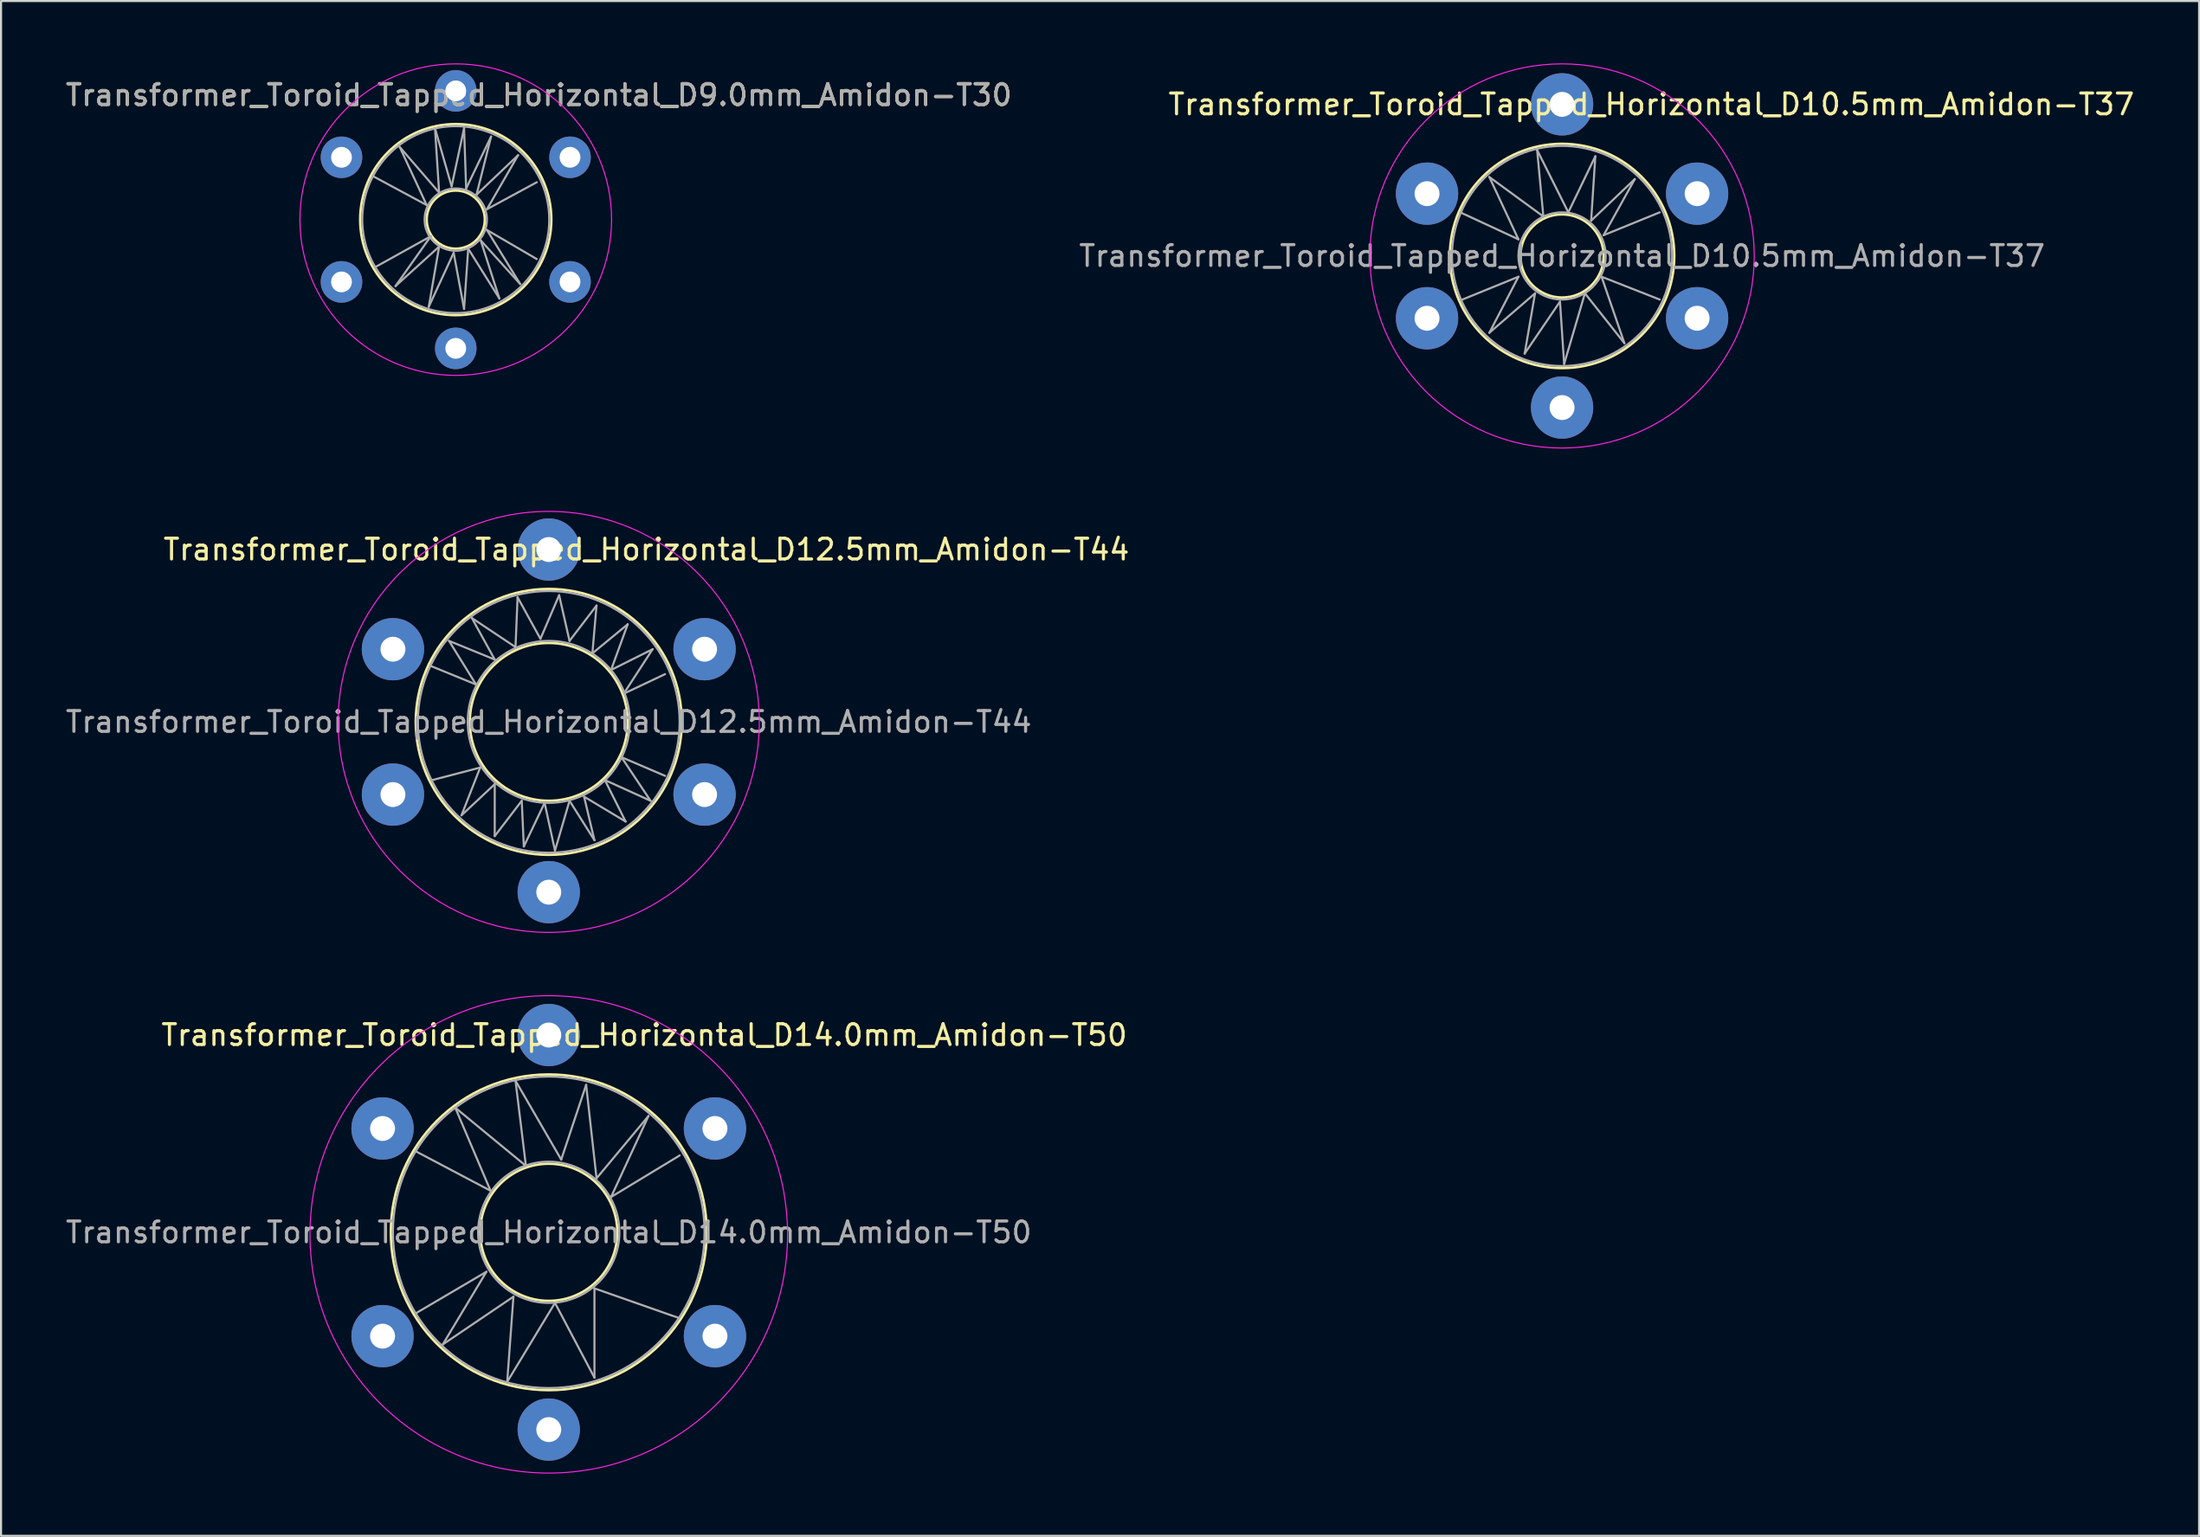
<source format=kicad_pcb>
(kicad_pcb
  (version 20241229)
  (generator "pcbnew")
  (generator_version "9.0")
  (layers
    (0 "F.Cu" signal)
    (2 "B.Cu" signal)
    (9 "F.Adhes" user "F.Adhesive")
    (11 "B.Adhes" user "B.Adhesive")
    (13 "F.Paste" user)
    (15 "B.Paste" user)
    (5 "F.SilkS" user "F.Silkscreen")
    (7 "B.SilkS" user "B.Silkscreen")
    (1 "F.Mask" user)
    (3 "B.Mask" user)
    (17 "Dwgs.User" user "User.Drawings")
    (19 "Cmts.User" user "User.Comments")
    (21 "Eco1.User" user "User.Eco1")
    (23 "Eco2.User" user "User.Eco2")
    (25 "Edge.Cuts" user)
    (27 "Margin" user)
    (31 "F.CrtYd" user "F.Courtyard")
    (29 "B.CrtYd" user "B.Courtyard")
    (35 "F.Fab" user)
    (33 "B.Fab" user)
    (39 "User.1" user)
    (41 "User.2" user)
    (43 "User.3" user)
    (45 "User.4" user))
  (footprint "Transformer_Toroid_Tapped_Horizontal_D9.0mm_Amidon-T30"
    (layer "F.Cu")
    (at 13.387 10.525)
    (property "Reference" "Transformer_Toroid_Tapped_Horizontal_D9.0mm_Amidon-T30" (at 9.5 -9 0) (layer "F.SilkS") (effects (font (size 1 1) (thickness 0.15))))
    (attr through_hole)
    (fp_circle (center 5.5 -3) (end 5.5 -7.6) (stroke (width 0.12) (type solid)) (fill no) (layer "F.SilkS"))
    (fp_circle (center 5.5 -3) (end 5.5 -4.4) (stroke (width 0.12) (type solid)) (fill no) (layer "F.SilkS"))
    (fp_circle (center 5.5 -3) (end 5.5 4.5) (stroke (width 0.05) (type solid)) (fill no) (layer "F.CrtYd"))
    (fp_line (start 1.5 -5.1) (end 4.1 -3.7) (stroke (width 0.1) (type solid)) (layer "F.Fab"))
    (fp_line (start 1.6 -0.7) (end 4.3 -2.2) (stroke (width 0.1) (type solid)) (layer "F.Fab"))
    (fp_line (start 2.6 0.2) (end 4.7 -1.7) (stroke (width 0.1) (type solid)) (layer "F.Fab"))
    (fp_line (start 2.8 -6.5) (end 4.7 -4.3) (stroke (width 0.1) (type solid)) (layer "F.Fab"))
    (fp_line (start 4.1 -3.7) (end 2.8 -6.5) (stroke (width 0.1) (type solid)) (layer "F.Fab"))
    (fp_line (start 4.2 1.2) (end 5.4 -1.4) (stroke (width 0.1) (type solid)) (layer "F.Fab"))
    (fp_line (start 4.3 -2.2) (end 2.6 0.2) (stroke (width 0.1) (type solid)) (layer "F.Fab"))
    (fp_line (start 4.5 -7.4) (end 5.3 -4.6) (stroke (width 0.1) (type solid)) (layer "F.Fab"))
    (fp_line (start 4.7 -4.3) (end 4.5 -7.4) (stroke (width 0.1) (type solid)) (layer "F.Fab"))
    (fp_line (start 4.7 -1.7) (end 4.2 1.2) (stroke (width 0.1) (type solid)) (layer "F.Fab"))
    (fp_line (start 5.3 -4.6) (end 5.9 -7.4) (stroke (width 0.1) (type solid)) (layer "F.Fab"))
    (fp_line (start 5.4 -1.4) (end 5.9 1.3) (stroke (width 0.1) (type solid)) (layer "F.Fab"))
    (fp_line (start 5.9 -7.4) (end 6 -4.5) (stroke (width 0.1) (type solid)) (layer "F.Fab"))
    (fp_line (start 5.9 1.3) (end 6.1 -1.6) (stroke (width 0.1) (type solid)) (layer "F.Fab"))
    (fp_line (start 6 -4.5) (end 7.2 -7) (stroke (width 0.1) (type solid)) (layer "F.Fab"))
    (fp_line (start 6.1 -1.6) (end 7.6 0.8) (stroke (width 0.1) (type solid)) (layer "F.Fab"))
    (fp_line (start 6.5 -4.2) (end 8.5 -6.1) (stroke (width 0.1) (type solid)) (layer "F.Fab"))
    (fp_line (start 6.7 -2) (end 8.6 0.1) (stroke (width 0.1) (type solid)) (layer "F.Fab"))
    (fp_line (start 7 -3.5) (end 9.4 -4.8) (stroke (width 0.1) (type solid)) (layer "F.Fab"))
    (fp_line (start 7 -2.5) (end 9.4 -1.1) (stroke (width 0.1) (type solid)) (layer "F.Fab"))
    (fp_line (start 7.2 -7) (end 6.5 -4.2) (stroke (width 0.1) (type solid)) (layer "F.Fab"))
    (fp_line (start 7.6 0.8) (end 6.7 -2) (stroke (width 0.1) (type solid)) (layer "F.Fab"))
    (fp_line (start 8.5 -6.1) (end 7 -3.5) (stroke (width 0.1) (type solid)) (layer "F.Fab"))
    (fp_line (start 8.6 0.1) (end 7 -2.5) (stroke (width 0.1) (type solid)) (layer "F.Fab"))
    (fp_circle (center 5.5 -3) (end 7 -3) (stroke (width 0.1) (type solid)) (fill no) (layer "F.Fab"))
    (fp_circle (center 5.5 -3) (end 10 -3) (stroke (width 0.1) (type solid)) (fill no) (layer "F.Fab"))
    (fp_text user "${REFERENCE}" (at 9.5 -9 0) (layer "F.Fab") (effects (font (size 1 1) (thickness 0.15))))
    (pad "1" thru_hole circle (at 0 0) (size 2 2) (drill 1) (layers "*.Cu" "*.Mask"))
    (pad "2" thru_hole circle (at 5.5 3.2) (size 2 2) (drill 1) (layers "*.Cu" "*.Mask"))
    (pad "3" thru_hole circle (at 11 0) (size 2 2) (drill 1) (layers "*.Cu" "*.Mask"))
    (pad "4" thru_hole circle (at 0 -6) (size 2 2) (drill 1) (layers "*.Cu" "*.Mask"))
    (pad "5" thru_hole circle (at 5.5 -9.2) (size 2 2) (drill 1) (layers "*.Cu" "*.Mask"))
    (pad "6" thru_hole circle (at 11 -6) (size 2 2) (drill 1) (layers "*.Cu" "*.Mask")))
  (footprint "Transformer_Toroid_Tapped_Horizontal_D14.0mm_Amidon-T50"
    (layer "F.Cu")
    (at 15.363 61.29)
    (property "Reference" "Transformer_Toroid_Tapped_Horizontal_D14.0mm_Amidon-T50" (at 12.6 -14.5 0) (layer "F.SilkS") (effects (font (size 1 1) (thickness 0.15))))
    (attr through_hole)
    (fp_circle (center 8 -5) (end 11.3 -5.1) (stroke (width 0.12) (type solid)) (fill no) (layer "F.SilkS"))
    (fp_circle (center 8 -5) (end 15.6 -5.1) (stroke (width 0.12) (type solid)) (fill no) (layer "F.SilkS"))
    (fp_circle (center 8 -4.9) (end 18.3 0.2) (stroke (width 0.05) (type solid)) (fill no) (layer "F.CrtYd"))
    (fp_line (start 1.6 -8.9) (end 5.2 -7) (stroke (width 0.1) (type solid)) (layer "F.Fab"))
    (fp_line (start 1.6 -1.1) (end 5 -3.1) (stroke (width 0.1) (type solid)) (layer "F.Fab"))
    (fp_line (start 2.9 0.4) (end 6.3 -1.9) (stroke (width 0.1) (type solid)) (layer "F.Fab"))
    (fp_line (start 3.5 -11) (end 6.9 -8.2) (stroke (width 0.1) (type solid)) (layer "F.Fab"))
    (fp_line (start 5 -3.1) (end 2.9 0.4) (stroke (width 0.1) (type solid)) (layer "F.Fab"))
    (fp_line (start 5.2 -7) (end 3.5 -11) (stroke (width 0.1) (type solid)) (layer "F.Fab"))
    (fp_line (start 6 2.2) (end 8.3 -1.6) (stroke (width 0.1) (type solid)) (layer "F.Fab"))
    (fp_line (start 6.3 -1.9) (end 6 2.2) (stroke (width 0.1) (type solid)) (layer "F.Fab"))
    (fp_line (start 6.4 -12.3) (end 8.6 -8.5) (stroke (width 0.1) (type solid)) (layer "F.Fab"))
    (fp_line (start 6.9 -8.2) (end 6.4 -12.3) (stroke (width 0.1) (type solid)) (layer "F.Fab"))
    (fp_line (start 8.3 -1.6) (end 10.2 2) (stroke (width 0.1) (type solid)) (layer "F.Fab"))
    (fp_line (start 8.6 -8.5) (end 9.8 -12.1) (stroke (width 0.1) (type solid)) (layer "F.Fab"))
    (fp_line (start 9.8 -12.1) (end 10.3 -7.6) (stroke (width 0.1) (type solid)) (layer "F.Fab"))
    (fp_line (start 10.2 -2.3) (end 13.9 -1) (stroke (width 0.1) (type solid)) (layer "F.Fab"))
    (fp_line (start 10.2 2) (end 10.2 -2.3) (stroke (width 0.1) (type solid)) (layer "F.Fab"))
    (fp_line (start 10.3 -7.6) (end 12.8 -10.6) (stroke (width 0.1) (type solid)) (layer "F.Fab"))
    (fp_line (start 11 -6.7) (end 14.3 -8.7) (stroke (width 0.1) (type solid)) (layer "F.Fab"))
    (fp_line (start 12.8 -10.6) (end 11 -6.7) (stroke (width 0.1) (type solid)) (layer "F.Fab"))
    (fp_line (start 13.9 -1) (end 14.2 -0.9) (stroke (width 0.1) (type solid)) (layer "F.Fab"))
    (fp_circle (center 8 -5) (end 11.4 -5) (stroke (width 0.1) (type solid)) (fill no) (layer "F.Fab"))
    (fp_circle (center 8 -5) (end 15.5 -5) (stroke (width 0.1) (type solid)) (fill no) (layer "F.Fab"))
    (fp_text user "${REFERENCE}" (at 8 -5 0) (layer "F.Fab") (effects (font (size 1 1) (thickness 0.15))))
    (pad "1" thru_hole circle (at 0 0) (size 3 3) (drill 1.2) (layers "*.Cu" "*.Mask"))
    (pad "2" thru_hole circle (at 8 4.5) (size 3 3) (drill 1.2) (layers "*.Cu" "*.Mask"))
    (pad "3" thru_hole circle (at 16 0) (size 3 3) (drill 1.2) (layers "*.Cu" "*.Mask"))
    (pad "4" thru_hole circle (at 0 -10) (size 3 3) (drill 1.2) (layers "*.Cu" "*.Mask"))
    (pad "5" thru_hole circle (at 8 -14.5) (size 3 3) (drill 1.2) (layers "*.Cu" "*.Mask"))
    (pad "6" thru_hole circle (at 16 -10) (size 3 3) (drill 1.2) (layers "*.Cu" "*.Mask")))
  (footprint "Transformer_Toroid_Tapped_Horizontal_D10.5mm_Amidon-T37"
    (layer "F.Cu")
    (at 65.637 12.275)
    (property "Reference" "Transformer_Toroid_Tapped_Horizontal_D10.5mm_Amidon-T37" (at 10.8 -10.3 0) (layer "F.SilkS") (effects (font (size 1 1) (thickness 0.15))))
    (attr through_hole)
    (fp_circle (center 6.5 -3) (end 8.5 -3.1) (stroke (width 0.12) (type solid)) (fill no) (layer "F.SilkS"))
    (fp_circle (center 6.5 -3) (end 11.9 -3) (stroke (width 0.12) (type solid)) (fill no) (layer "F.SilkS"))
    (fp_circle (center 6.5 -3) (end 6.5 -12.25) (stroke (width 0.05) (type solid)) (fill no) (layer "F.CrtYd"))
    (fp_line (start 1.6 -5.1) (end 4.4 -3.8) (stroke (width 0.1) (type solid)) (layer "F.Fab"))
    (fp_line (start 1.7 -0.9) (end 4.4 -2) (stroke (width 0.1) (type solid)) (layer "F.Fab"))
    (fp_line (start 3 -6.8) (end 5.6 -4.9) (stroke (width 0.1) (type solid)) (layer "F.Fab"))
    (fp_line (start 3 0.7) (end 5.2 -1.2) (stroke (width 0.1) (type solid)) (layer "F.Fab"))
    (fp_line (start 4.4 -3.8) (end 3 -6.8) (stroke (width 0.1) (type solid)) (layer "F.Fab"))
    (fp_line (start 4.4 -2) (end 3 0.7) (stroke (width 0.1) (type solid)) (layer "F.Fab"))
    (fp_line (start 4.7 1.7) (end 6.4 -0.8) (stroke (width 0.1) (type solid)) (layer "F.Fab"))
    (fp_line (start 5.2 -1.2) (end 4.7 1.7) (stroke (width 0.1) (type solid)) (layer "F.Fab"))
    (fp_line (start 5.3 -8.1) (end 6.8 -5.1) (stroke (width 0.1) (type solid)) (layer "F.Fab"))
    (fp_line (start 5.6 -4.9) (end 5.3 -8.1) (stroke (width 0.1) (type solid)) (layer "F.Fab"))
    (fp_line (start 6.4 -0.8) (end 6.6 2.2) (stroke (width 0.1) (type solid)) (layer "F.Fab"))
    (fp_line (start 6.6 2.2) (end 7.6 -1.2) (stroke (width 0.1) (type solid)) (layer "F.Fab"))
    (fp_line (start 6.8 -5.1) (end 8.1 -7.8) (stroke (width 0.1) (type solid)) (layer "F.Fab"))
    (fp_line (start 7.6 -1.2) (end 9.5 1.2) (stroke (width 0.1) (type solid)) (layer "F.Fab"))
    (fp_line (start 7.9 -4.7) (end 10 -6.7) (stroke (width 0.1) (type solid)) (layer "F.Fab"))
    (fp_line (start 8.1 -7.8) (end 7.9 -4.7) (stroke (width 0.1) (type solid)) (layer "F.Fab"))
    (fp_line (start 8.4 -2) (end 11.2 -0.9) (stroke (width 0.1) (type solid)) (layer "F.Fab"))
    (fp_line (start 8.5 -4) (end 11.2 -5.1) (stroke (width 0.1) (type solid)) (layer "F.Fab"))
    (fp_line (start 9.5 1.2) (end 8.4 -2) (stroke (width 0.1) (type solid)) (layer "F.Fab"))
    (fp_line (start 10 -6.7) (end 8.5 -4) (stroke (width 0.1) (type solid)) (layer "F.Fab"))
    (fp_circle (center 6.5 -3) (end 8.6 -3) (stroke (width 0.1) (type solid)) (fill no) (layer "F.Fab"))
    (fp_circle (center 6.5 -3) (end 11.8 -3) (stroke (width 0.1) (type solid)) (fill no) (layer "F.Fab"))
    (fp_text user "${REFERENCE}" (at 6.5 -3 0) (layer "F.Fab") (effects (font (size 1 1) (thickness 0.15))))
    (pad "1" thru_hole circle (at 0 0) (size 3 3) (drill 1.2) (layers "*.Cu" "*.Mask"))
    (pad "2" thru_hole circle (at 6.5 4.3) (size 3 3) (drill 1.2) (layers "*.Cu" "*.Mask"))
    (pad "3" thru_hole circle (at 13 0) (size 3 3) (drill 1.2) (layers "*.Cu" "*.Mask"))
    (pad "4" thru_hole circle (at 0 -6) (size 3 3) (drill 1.2) (layers "*.Cu" "*.Mask"))
    (pad "5" thru_hole circle (at 6.5 -10.3) (size 3 3) (drill 1.2) (layers "*.Cu" "*.Mask"))
    (pad "6" thru_hole circle (at 13 -6) (size 3 3) (drill 1.2) (layers "*.Cu" "*.Mask")))
  (footprint "Transformer_Toroid_Tapped_Horizontal_D12.5mm_Amidon-T44"
    (layer "F.Cu")
    (at 15.863 35.211)
    (property "Reference" "Transformer_Toroid_Tapped_Horizontal_D12.5mm_Amidon-T44" (at 12.2 -11.8 0) (layer "F.SilkS") (effects (font (size 1 1) (thickness 0.15))))
    (attr through_hole)
    (fp_circle (center 7.5 -3.5) (end 11.3 -3.5) (stroke (width 0.12) (type solid)) (fill no) (layer "F.SilkS"))
    (fp_circle (center 7.5 -3.5) (end 13.9 -3.4) (stroke (width 0.12) (type solid)) (fill no) (layer "F.SilkS"))
    (fp_circle (center 7.5 -3.5) (end 16.2 1.7) (stroke (width 0.05) (type solid)) (fill no) (layer "F.CrtYd"))
    (fp_line (start 1.8 -6.2) (end 4 -5.3) (stroke (width 0.1) (type solid)) (layer "F.Fab"))
    (fp_line (start 1.9 -0.7) (end 4.2 -1.3) (stroke (width 0.1) (type solid)) (layer "F.Fab"))
    (fp_line (start 2.7 -7.4) (end 4.9 -6.5) (stroke (width 0.1) (type solid)) (layer "F.Fab"))
    (fp_line (start 3.3 1) (end 4.9 -0.5) (stroke (width 0.1) (type solid)) (layer "F.Fab"))
    (fp_line (start 3.8 -8.5) (end 5.9 -7.1) (stroke (width 0.1) (type solid)) (layer "F.Fab"))
    (fp_line (start 4 -5.3) (end 2.7 -7.4) (stroke (width 0.1) (type solid)) (layer "F.Fab"))
    (fp_line (start 4.2 -1.3) (end 3.3 1) (stroke (width 0.1) (type solid)) (layer "F.Fab"))
    (fp_line (start 4.9 -6.5) (end 3.8 -8.5) (stroke (width 0.1) (type solid)) (layer "F.Fab"))
    (fp_line (start 4.9 -0.5) (end 4.9 2) (stroke (width 0.1) (type solid)) (layer "F.Fab"))
    (fp_line (start 4.9 2) (end 6.2 0.3) (stroke (width 0.1) (type solid)) (layer "F.Fab"))
    (fp_line (start 5.9 -7.1) (end 6 -9.5) (stroke (width 0.1) (type solid)) (layer "F.Fab"))
    (fp_line (start 6 -9.5) (end 7.1 -7.5) (stroke (width 0.1) (type solid)) (layer "F.Fab"))
    (fp_line (start 6.2 0.3) (end 6.3 2.5) (stroke (width 0.1) (type solid)) (layer "F.Fab"))
    (fp_line (start 6.3 2.5) (end 7.3 0.4) (stroke (width 0.1) (type solid)) (layer "F.Fab"))
    (fp_line (start 7.1 -7.5) (end 8 -9.6) (stroke (width 0.1) (type solid)) (layer "F.Fab"))
    (fp_line (start 7.3 0.4) (end 7.8 2.7) (stroke (width 0.1) (type solid)) (layer "F.Fab"))
    (fp_line (start 7.8 2.7) (end 8.5 0.3) (stroke (width 0.1) (type solid)) (layer "F.Fab"))
    (fp_line (start 8 -9.6) (end 8.5 -7.4) (stroke (width 0.1) (type solid)) (layer "F.Fab"))
    (fp_line (start 8.5 -7.4) (end 9.8 -9.1) (stroke (width 0.1) (type solid)) (layer "F.Fab"))
    (fp_line (start 8.5 0.3) (end 9.7 2.2) (stroke (width 0.1) (type solid)) (layer "F.Fab"))
    (fp_line (start 9.2 0.1) (end 11.2 1.3) (stroke (width 0.1) (type solid)) (layer "F.Fab"))
    (fp_line (start 9.6 -6.8) (end 11.3 -8.2) (stroke (width 0.1) (type solid)) (layer "F.Fab"))
    (fp_line (start 9.7 2.2) (end 9.2 0.1) (stroke (width 0.1) (type solid)) (layer "F.Fab"))
    (fp_line (start 9.8 -9.1) (end 9.6 -6.8) (stroke (width 0.1) (type solid)) (layer "F.Fab"))
    (fp_line (start 10.2 -0.7) (end 12.4 0.3) (stroke (width 0.1) (type solid)) (layer "F.Fab"))
    (fp_line (start 10.5 -6) (end 12.5 -7) (stroke (width 0.1) (type solid)) (layer "F.Fab"))
    (fp_line (start 11 -1.8) (end 13.1 -0.9) (stroke (width 0.1) (type solid)) (layer "F.Fab"))
    (fp_line (start 11.2 -4.9) (end 13.1 -5.8) (stroke (width 0.1) (type solid)) (layer "F.Fab"))
    (fp_line (start 11.2 1.3) (end 10.2 -0.7) (stroke (width 0.1) (type solid)) (layer "F.Fab"))
    (fp_line (start 11.3 -8.2) (end 10.5 -6) (stroke (width 0.1) (type solid)) (layer "F.Fab"))
    (fp_line (start 12.4 0.3) (end 11 -1.8) (stroke (width 0.1) (type solid)) (layer "F.Fab"))
    (fp_line (start 12.5 -7) (end 11.2 -5) (stroke (width 0.1) (type solid)) (layer "F.Fab"))
    (fp_circle (center 7.5 -3.5) (end 11.4 -3.5) (stroke (width 0.1) (type solid)) (fill no) (layer "F.Fab"))
    (fp_circle (center 7.5 -3.5) (end 13.8 -3.5) (stroke (width 0.1) (type solid)) (fill no) (layer "F.Fab"))
    (fp_text user "${REFERENCE}" (at 7.5 -3.5 0) (layer "F.Fab") (effects (font (size 1 1) (thickness 0.15))))
    (pad "1" thru_hole circle (at 0 0) (size 3 3) (drill 1.2) (layers "*.Cu" "*.Mask"))
    (pad "2" thru_hole circle (at 7.5 4.7) (size 3 3) (drill 1.2) (layers "*.Cu" "*.Mask"))
    (pad "3" thru_hole circle (at 15 0) (size 3 3) (drill 1.2) (layers "*.Cu" "*.Mask"))
    (pad "4" thru_hole circle (at 0 -7) (size 3 3) (drill 1.2) (layers "*.Cu" "*.Mask"))
    (pad "5" thru_hole circle (at 7.5 -11.8) (size 3 3) (drill 1.2) (layers "*.Cu" "*.Mask"))
    (pad "6" thru_hole circle (at 15 -7) (size 3 3) (drill 1.2) (layers "*.Cu" "*.Mask")))
  (gr_rect
    (start -3 -3)
    (end 102.8 70.908)
    (stroke (width 0.1) (type default))
    (fill no)
    (layer "Edge.Cuts")))
</source>
